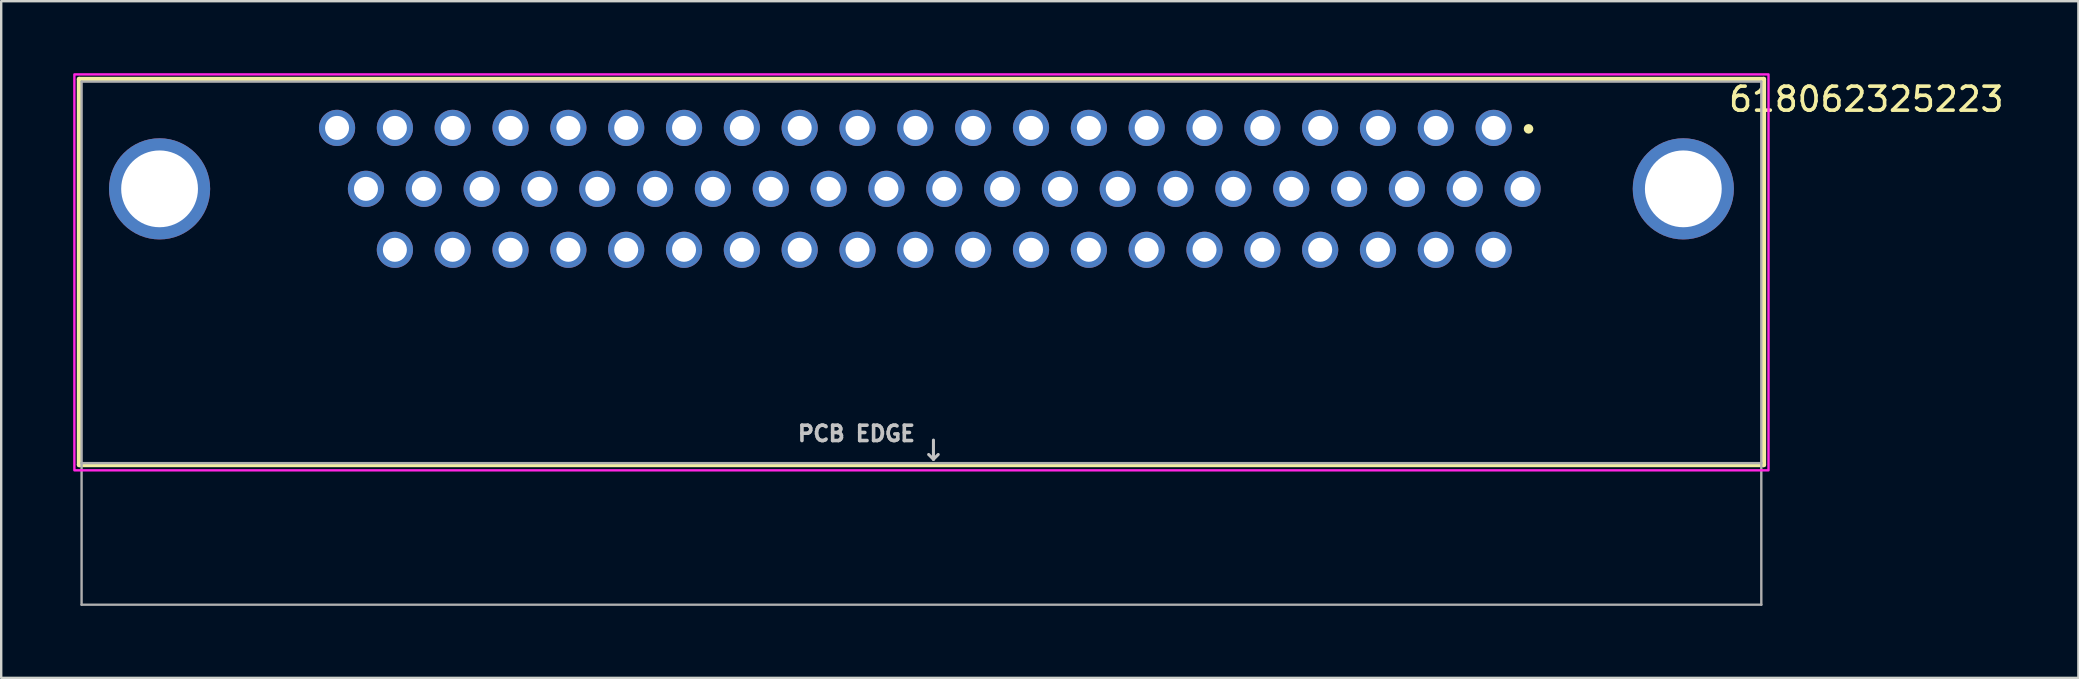
<source format=kicad_pcb>
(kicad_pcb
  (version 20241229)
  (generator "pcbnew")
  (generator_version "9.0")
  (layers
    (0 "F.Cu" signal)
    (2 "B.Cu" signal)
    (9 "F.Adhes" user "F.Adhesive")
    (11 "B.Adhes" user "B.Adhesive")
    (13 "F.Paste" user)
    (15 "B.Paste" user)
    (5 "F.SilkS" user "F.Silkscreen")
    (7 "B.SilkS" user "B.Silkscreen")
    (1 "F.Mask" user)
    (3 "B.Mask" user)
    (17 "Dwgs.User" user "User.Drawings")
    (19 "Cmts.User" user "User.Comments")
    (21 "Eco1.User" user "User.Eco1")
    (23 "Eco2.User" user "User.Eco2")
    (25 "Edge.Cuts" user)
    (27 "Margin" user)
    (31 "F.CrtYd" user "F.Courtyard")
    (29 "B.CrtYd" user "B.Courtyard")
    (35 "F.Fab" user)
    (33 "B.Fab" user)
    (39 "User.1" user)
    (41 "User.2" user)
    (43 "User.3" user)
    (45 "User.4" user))
  (footprint "618062325223"
    (layer "F.Cu")
    (at 35.35 11.25)
    (property "Reference" "618062325223" (at 39.375 -10.165 0) (layer "F.SilkS") (effects (font (size 1 1) (thickness 0.15))))
    (attr through_hole)
    (fp_line (start -35.1 -11) (end 35.1 -11) (stroke (width 0.2) (type solid)) (layer "F.SilkS"))
    (fp_line (start -35.1 5.07) (end -35.1 -11) (stroke (width 0.2) (type solid)) (layer "F.SilkS"))
    (fp_line (start 35.1 -11) (end 35.1 5.07) (stroke (width 0.2) (type solid)) (layer "F.SilkS"))
    (fp_line (start 35.1 5.07) (end -35.1 5.07) (stroke (width 0.2) (type solid)) (layer "F.SilkS"))
    (fp_circle (center 25.3 -8.93) (end 25.4 -8.93) (stroke (width 0.2) (type solid)) (fill no) (layer "F.SilkS"))
    (fp_line (start 0.5 4.04) (end 0.5 4.84) (stroke (width 0.127) (type solid)) (layer "Dwgs.User"))
    (fp_line (start 0.5 4.84) (end 0.3 4.64) (stroke (width 0.127) (type solid)) (layer "Dwgs.User"))
    (fp_line (start 0.5 4.84) (end 0.7 4.64) (stroke (width 0.127) (type solid)) (layer "Dwgs.User"))
    (fp_poly (pts (xy -35.3 -11.2) (xy 35.3 -11.2) (xy 35.3 5.3) (xy -35.3 5.3)) (stroke (width 0.1) (type solid)) (fill no) (layer "F.CrtYd"))
    (fp_line (start -35 -10.9) (end 35 -10.9) (stroke (width 0.1) (type solid)) (layer "F.Fab"))
    (fp_line (start -35 5) (end -35 -10.9) (stroke (width 0.1) (type solid)) (layer "F.Fab"))
    (fp_line (start -35 10.9) (end -35 5) (stroke (width 0.1) (type solid)) (layer "F.Fab"))
    (fp_line (start 35 -10.9) (end 35 5) (stroke (width 0.1) (type solid)) (layer "F.Fab"))
    (fp_line (start 35 5) (end -35 5) (stroke (width 0.1) (type solid)) (layer "F.Fab"))
    (fp_line (start 35 5) (end 35 10.9) (stroke (width 0.1) (type solid)) (layer "F.Fab"))
    (fp_line (start 35 10.9) (end -35 10.9) (stroke (width 0.1) (type solid)) (layer "F.Fab"))
    (fp_text user "PCB EDGE" (at -2.71 3.77 0) (layer "Dwgs.User") (effects (font (size 0.64 0.64) (thickness 0.15))))
    (pad "1" thru_hole circle (at 23.846 -8.97) (size 1.508 1.508) (drill 1) (layers "*.Cu" "*.Mask"))
    (pad "2" thru_hole circle (at 21.436 -8.97) (size 1.508 1.508) (drill 1) (layers "*.Cu" "*.Mask"))
    (pad "3" thru_hole circle (at 19.026 -8.97) (size 1.508 1.508) (drill 1) (layers "*.Cu" "*.Mask"))
    (pad "4" thru_hole circle (at 16.616 -8.97) (size 1.508 1.508) (drill 1) (layers "*.Cu" "*.Mask"))
    (pad "5" thru_hole circle (at 14.206 -8.97) (size 1.508 1.508) (drill 1) (layers "*.Cu" "*.Mask"))
    (pad "6" thru_hole circle (at 11.796 -8.97) (size 1.508 1.508) (drill 1) (layers "*.Cu" "*.Mask"))
    (pad "7" thru_hole circle (at 9.386 -8.97) (size 1.508 1.508) (drill 1) (layers "*.Cu" "*.Mask"))
    (pad "8" thru_hole circle (at 6.976 -8.97) (size 1.508 1.508) (drill 1) (layers "*.Cu" "*.Mask"))
    (pad "9" thru_hole circle (at 4.566 -8.97) (size 1.508 1.508) (drill 1) (layers "*.Cu" "*.Mask"))
    (pad "10" thru_hole circle (at 2.156 -8.97) (size 1.508 1.508) (drill 1) (layers "*.Cu" "*.Mask"))
    (pad "11" thru_hole circle (at -0.254 -8.97) (size 1.508 1.508) (drill 1) (layers "*.Cu" "*.Mask"))
    (pad "12" thru_hole circle (at -2.664 -8.97) (size 1.508 1.508) (drill 1) (layers "*.Cu" "*.Mask"))
    (pad "13" thru_hole circle (at -5.074 -8.97) (size 1.508 1.508) (drill 1) (layers "*.Cu" "*.Mask"))
    (pad "14" thru_hole circle (at -7.484 -8.97) (size 1.508 1.508) (drill 1) (layers "*.Cu" "*.Mask"))
    (pad "15" thru_hole circle (at -9.894 -8.97) (size 1.508 1.508) (drill 1) (layers "*.Cu" "*.Mask"))
    (pad "16" thru_hole circle (at -12.304 -8.97) (size 1.508 1.508) (drill 1) (layers "*.Cu" "*.Mask"))
    (pad "17" thru_hole circle (at -14.714 -8.97) (size 1.508 1.508) (drill 1) (layers "*.Cu" "*.Mask"))
    (pad "18" thru_hole circle (at -17.124 -8.97) (size 1.508 1.508) (drill 1) (layers "*.Cu" "*.Mask"))
    (pad "19" thru_hole circle (at -19.534 -8.97) (size 1.508 1.508) (drill 1) (layers "*.Cu" "*.Mask"))
    (pad "20" thru_hole circle (at -21.944 -8.97) (size 1.508 1.508) (drill 1) (layers "*.Cu" "*.Mask"))
    (pad "21" thru_hole circle (at -24.354 -8.97) (size 1.508 1.508) (drill 1) (layers "*.Cu" "*.Mask"))
    (pad "22" thru_hole circle (at 25.051 -6.43) (size 1.508 1.508) (drill 1) (layers "*.Cu" "*.Mask"))
    (pad "23" thru_hole circle (at 22.641 -6.43) (size 1.508 1.508) (drill 1) (layers "*.Cu" "*.Mask"))
    (pad "24" thru_hole circle (at 20.231 -6.43) (size 1.508 1.508) (drill 1) (layers "*.Cu" "*.Mask"))
    (pad "25" thru_hole circle (at 17.821 -6.43) (size 1.508 1.508) (drill 1) (layers "*.Cu" "*.Mask"))
    (pad "26" thru_hole circle (at 15.411 -6.43) (size 1.508 1.508) (drill 1) (layers "*.Cu" "*.Mask"))
    (pad "27" thru_hole circle (at 13.001 -6.43) (size 1.508 1.508) (drill 1) (layers "*.Cu" "*.Mask"))
    (pad "28" thru_hole circle (at 10.591 -6.43) (size 1.508 1.508) (drill 1) (layers "*.Cu" "*.Mask"))
    (pad "29" thru_hole circle (at 8.181 -6.43) (size 1.508 1.508) (drill 1) (layers "*.Cu" "*.Mask"))
    (pad "30" thru_hole circle (at 5.771 -6.43) (size 1.508 1.508) (drill 1) (layers "*.Cu" "*.Mask"))
    (pad "31" thru_hole circle (at 3.361 -6.43) (size 1.508 1.508) (drill 1) (layers "*.Cu" "*.Mask"))
    (pad "32" thru_hole circle (at 0.951 -6.43) (size 1.508 1.508) (drill 1) (layers "*.Cu" "*.Mask"))
    (pad "33" thru_hole circle (at -1.459 -6.43) (size 1.508 1.508) (drill 1) (layers "*.Cu" "*.Mask"))
    (pad "34" thru_hole circle (at -3.869 -6.43) (size 1.508 1.508) (drill 1) (layers "*.Cu" "*.Mask"))
    (pad "35" thru_hole circle (at -6.279 -6.43) (size 1.508 1.508) (drill 1) (layers "*.Cu" "*.Mask"))
    (pad "36" thru_hole circle (at -8.689 -6.43) (size 1.508 1.508) (drill 1) (layers "*.Cu" "*.Mask"))
    (pad "37" thru_hole circle (at -11.099 -6.43) (size 1.508 1.508) (drill 1) (layers "*.Cu" "*.Mask"))
    (pad "38" thru_hole circle (at -13.509 -6.43) (size 1.508 1.508) (drill 1) (layers "*.Cu" "*.Mask"))
    (pad "39" thru_hole circle (at -15.919 -6.43) (size 1.508 1.508) (drill 1) (layers "*.Cu" "*.Mask"))
    (pad "40" thru_hole circle (at -18.329 -6.43) (size 1.508 1.508) (drill 1) (layers "*.Cu" "*.Mask"))
    (pad "41" thru_hole circle (at -20.739 -6.43) (size 1.508 1.508) (drill 1) (layers "*.Cu" "*.Mask"))
    (pad "42" thru_hole circle (at -23.149 -6.43) (size 1.508 1.508) (drill 1) (layers "*.Cu" "*.Mask"))
    (pad "43" thru_hole circle (at 23.846 -3.89) (size 1.508 1.508) (drill 1) (layers "*.Cu" "*.Mask"))
    (pad "44" thru_hole circle (at 21.436 -3.89) (size 1.508 1.508) (drill 1) (layers "*.Cu" "*.Mask"))
    (pad "45" thru_hole circle (at 19.026 -3.89) (size 1.508 1.508) (drill 1) (layers "*.Cu" "*.Mask"))
    (pad "46" thru_hole circle (at 16.616 -3.89) (size 1.508 1.508) (drill 1) (layers "*.Cu" "*.Mask"))
    (pad "47" thru_hole circle (at 14.206 -3.89) (size 1.508 1.508) (drill 1) (layers "*.Cu" "*.Mask"))
    (pad "48" thru_hole circle (at 11.796 -3.89) (size 1.508 1.508) (drill 1) (layers "*.Cu" "*.Mask"))
    (pad "49" thru_hole circle (at 9.386 -3.89) (size 1.508 1.508) (drill 1) (layers "*.Cu" "*.Mask"))
    (pad "50" thru_hole circle (at 6.976 -3.89) (size 1.508 1.508) (drill 1) (layers "*.Cu" "*.Mask"))
    (pad "51" thru_hole circle (at 4.566 -3.89) (size 1.508 1.508) (drill 1) (layers "*.Cu" "*.Mask"))
    (pad "52" thru_hole circle (at 2.156 -3.89) (size 1.508 1.508) (drill 1) (layers "*.Cu" "*.Mask"))
    (pad "53" thru_hole circle (at -0.254 -3.89) (size 1.508 1.508) (drill 1) (layers "*.Cu" "*.Mask"))
    (pad "54" thru_hole circle (at -2.664 -3.89) (size 1.508 1.508) (drill 1) (layers "*.Cu" "*.Mask"))
    (pad "55" thru_hole circle (at -5.074 -3.89) (size 1.508 1.508) (drill 1) (layers "*.Cu" "*.Mask"))
    (pad "56" thru_hole circle (at -7.484 -3.89) (size 1.508 1.508) (drill 1) (layers "*.Cu" "*.Mask"))
    (pad "57" thru_hole circle (at -9.894 -3.89) (size 1.508 1.508) (drill 1) (layers "*.Cu" "*.Mask"))
    (pad "58" thru_hole circle (at -12.304 -3.89) (size 1.508 1.508) (drill 1) (layers "*.Cu" "*.Mask"))
    (pad "59" thru_hole circle (at -14.714 -3.89) (size 1.508 1.508) (drill 1) (layers "*.Cu" "*.Mask"))
    (pad "60" thru_hole circle (at -17.124 -3.89) (size 1.508 1.508) (drill 1) (layers "*.Cu" "*.Mask"))
    (pad "61" thru_hole circle (at -19.534 -3.89) (size 1.508 1.508) (drill 1) (layers "*.Cu" "*.Mask"))
    (pad "62" thru_hole circle (at -21.944 -3.89) (size 1.508 1.508) (drill 1) (layers "*.Cu" "*.Mask"))
    (pad "S1" thru_hole circle (at -31.75 -6.43) (size 4.216 4.216) (drill 3.2) (layers "*.Cu" "*.Mask"))
    (pad "S2" thru_hole circle (at 31.75 -6.43) (size 4.216 4.216) (drill 3.2) (layers "*.Cu" "*.Mask")))
  (gr_rect
    (start -3 -3)
    (end 83.564 25.2)
    (stroke (width 0.1) (type default))
    (fill no)
    (layer "Edge.Cuts")))
</source>
